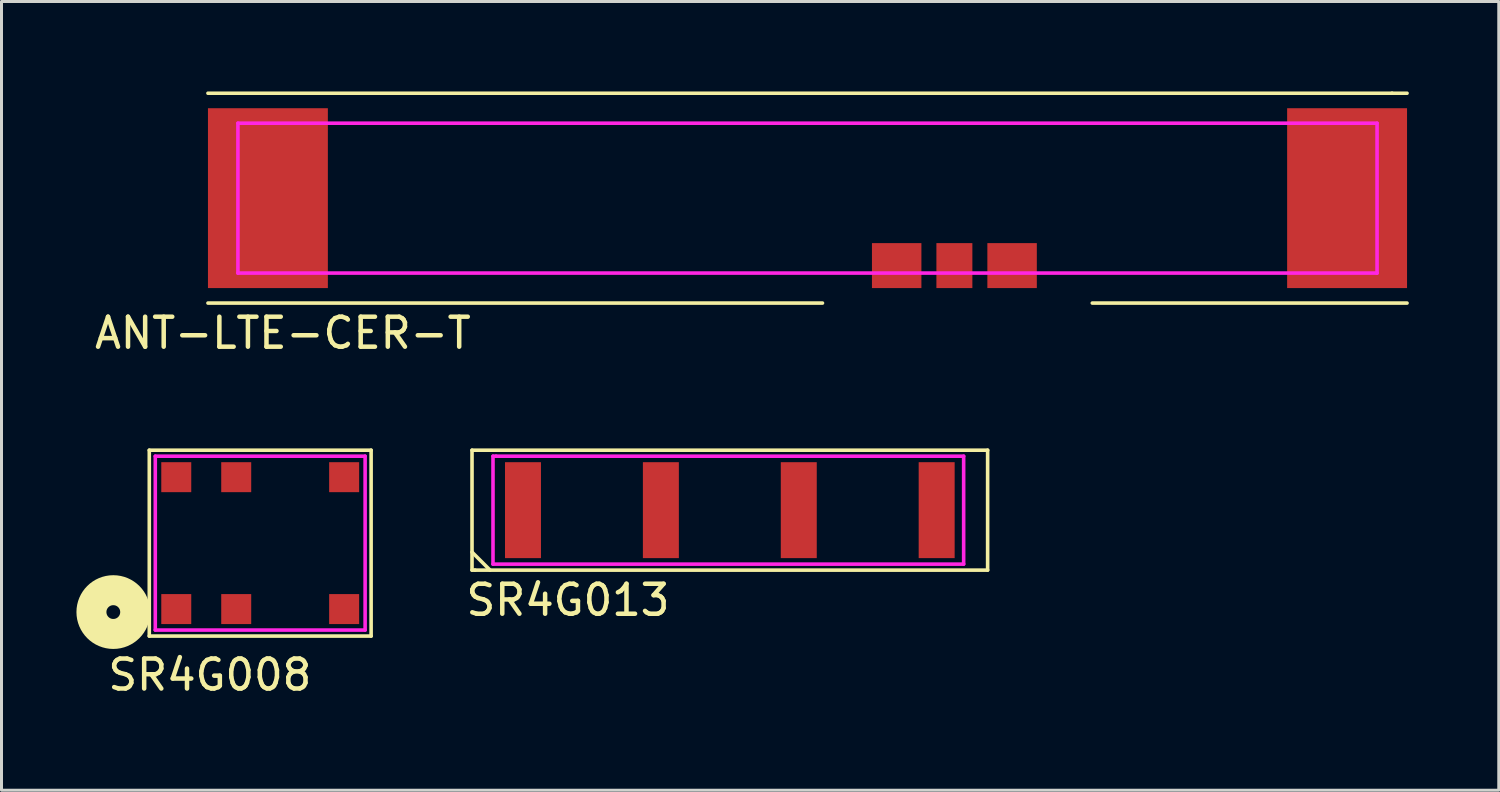
<source format=kicad_pcb>
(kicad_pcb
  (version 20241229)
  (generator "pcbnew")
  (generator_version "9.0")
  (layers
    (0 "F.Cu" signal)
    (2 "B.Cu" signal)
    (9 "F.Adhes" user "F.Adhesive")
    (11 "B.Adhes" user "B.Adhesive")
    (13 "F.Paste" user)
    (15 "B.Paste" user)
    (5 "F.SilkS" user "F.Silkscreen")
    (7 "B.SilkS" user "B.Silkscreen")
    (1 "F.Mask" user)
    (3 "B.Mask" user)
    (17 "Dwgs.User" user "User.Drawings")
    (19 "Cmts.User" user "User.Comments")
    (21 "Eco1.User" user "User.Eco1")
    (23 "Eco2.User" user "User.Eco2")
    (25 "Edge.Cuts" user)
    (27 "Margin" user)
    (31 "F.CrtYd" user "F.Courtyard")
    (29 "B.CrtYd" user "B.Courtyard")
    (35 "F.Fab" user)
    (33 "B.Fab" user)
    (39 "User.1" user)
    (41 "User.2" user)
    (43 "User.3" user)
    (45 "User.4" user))
  (footprint "SR4G013"
    (layer "F.Cu")
    (at 14.396 13.968)
    (property "Reference" "SR4G013" (at 1.5 3 0) (layer "F.SilkS") (effects (font (size 1 1) (thickness 0.15))))
    (attr through_hole)
    (fp_line (start -1.7 -2) (end -1.7 2) (stroke (width 0.12) (type solid)) (layer "F.SilkS"))
    (fp_line (start -1.7 1.4) (end -1.1 2) (stroke (width 0.12) (type solid)) (layer "F.SilkS"))
    (fp_line (start -1.7 2) (end -1.6 2) (stroke (width 0.12) (type solid)) (layer "F.SilkS"))
    (fp_line (start -1.6 2) (end 15.5 2) (stroke (width 0.12) (type solid)) (layer "F.SilkS"))
    (fp_line (start 15.5 -2) (end -1.7 -2) (stroke (width 0.12) (type solid)) (layer "F.SilkS"))
    (fp_line (start 15.5 2) (end 15.5 -2) (stroke (width 0.12) (type solid)) (layer "F.SilkS"))
    (fp_line (start -1 -1.8) (end -1 1.8) (stroke (width 0.12) (type solid)) (layer "F.CrtYd"))
    (fp_line (start -1 -1.8) (end -0.9 -1.8) (stroke (width 0.12) (type solid)) (layer "F.CrtYd"))
    (fp_line (start -1 1.8) (end 14.7 1.8) (stroke (width 0.12) (type solid)) (layer "F.CrtYd"))
    (fp_line (start 14.7 -1.8) (end -0.9 -1.8) (stroke (width 0.12) (type solid)) (layer "F.CrtYd"))
    (fp_line (start 14.7 1.8) (end 14.7 -1.8) (stroke (width 0.12) (type solid)) (layer "F.CrtYd"))
    (pad "1" smd rect (at 0 0) (size 1.2 3.2) (layers "F.Cu" "F.Mask" "F.Paste"))
    (pad "2" smd rect (at 4.6 0) (size 1.2 3.2) (layers "F.Cu" "F.Mask" "F.Paste"))
    (pad "3" smd rect (at 9.2 0) (size 1.2 3.2) (layers "F.Cu" "F.Mask" "F.Paste"))
    (pad "4" smd rect (at 13.8 0) (size 1.2 3.2) (layers "F.Cu" "F.Mask" "F.Paste")))
  (footprint "SR4G008"
    (layer "F.Cu")
    (at 2.83 17.268)
    (property "Reference" "SR4G008" (at 1.12 2.195 0) (layer "F.SilkS") (effects (font (size 1 1) (thickness 0.15))))
    (attr through_hole)
    (fp_line (start -0.9 -5.3) (end -0.9 0.9) (stroke (width 0.12) (type solid)) (layer "F.SilkS"))
    (fp_line (start -0.9 0.9) (end 6.5 0.9) (stroke (width 0.12) (type solid)) (layer "F.SilkS"))
    (fp_line (start 6.5 -5.3) (end -0.9 -5.3) (stroke (width 0.12) (type solid)) (layer "F.SilkS"))
    (fp_line (start 6.5 0.9) (end 6.5 -5.3) (stroke (width 0.12) (type solid)) (layer "F.SilkS"))
    (fp_circle (center -2.1 0.1) (end -1.87 0.1) (stroke (width 1) (type solid)) (fill no) (layer "F.SilkS"))
    (fp_line (start -0.7 -5.1) (end -0.7 0.7) (stroke (width 0.12) (type solid)) (layer "F.CrtYd"))
    (fp_line (start -0.7 0.7) (end 6.3 0.7) (stroke (width 0.12) (type solid)) (layer "F.CrtYd"))
    (fp_line (start 6.3 -5.1) (end -0.7 -5.1) (stroke (width 0.12) (type solid)) (layer "F.CrtYd"))
    (fp_line (start 6.3 0.7) (end 6.3 -5.1) (stroke (width 0.12) (type solid)) (layer "F.CrtYd"))
    (pad "1" smd rect (at 0 0) (size 1 1) (layers "F.Cu" "F.Mask" "F.Paste"))
    (pad "2" smd rect (at 2 0) (size 1 1) (layers "F.Cu" "F.Mask" "F.Paste"))
    (pad "3" smd rect (at 5.6 0) (size 1 1) (layers "F.Cu" "F.Mask" "F.Paste"))
    (pad "4" smd rect (at 5.6 -4.4) (size 1 1) (layers "F.Cu" "F.Mask" "F.Paste"))
    (pad "5" smd rect (at 2 -4.4) (size 1 1) (layers "F.Cu" "F.Mask" "F.Paste"))
    (pad "6" smd rect (at 0 -4.4) (size 1 1) (layers "F.Cu" "F.Mask" "F.Paste")))
  (footprint "ANT-LTE-CER-T"
    (layer "F.Cu")
    (at 1.387 6.56)
    (property "Reference" "ANT-LTE-CER-T" (at 5 1.5 0) (layer "F.SilkS") (effects (font (size 1 1) (thickness 0.15))))
    (attr through_hole)
    (fp_line (start 2.5 -6.5) (end 42 -6.5) (stroke (width 0.12) (type solid)) (layer "F.SilkS"))
    (fp_line (start 23 0.5) (end 2.5 0.5) (stroke (width 0.12) (type solid)) (layer "F.SilkS"))
    (fp_line (start 42 -6.5) (end 42.5 -6.5) (stroke (width 0.12) (type solid)) (layer "F.SilkS"))
    (fp_line (start 42.5 0.5) (end 32 0.5) (stroke (width 0.12) (type solid)) (layer "F.SilkS"))
    (fp_line (start 3.5 -5.5) (end 3.5 -0.5) (stroke (width 0.12) (type solid)) (layer "F.CrtYd"))
    (fp_line (start 3.5 -0.5) (end 41.5 -0.5) (stroke (width 0.12) (type solid)) (layer "F.CrtYd"))
    (fp_line (start 41.5 -5.5) (end 3.5 -5.5) (stroke (width 0.12) (type solid)) (layer "F.CrtYd"))
    (fp_line (start 41.5 -0.5) (end 41.5 -5.5) (stroke (width 0.12) (type solid)) (layer "F.CrtYd"))
    (pad "1" smd rect (at 25.475 -0.75) (size 1.65 1.5) (layers "F.Cu" "F.Mask" "F.Paste"))
    (pad "2" smd rect (at 27.4 -0.75) (size 1.2 1.5) (layers "F.Cu" "F.Mask" "F.Paste"))
    (pad "3" smd rect (at 29.325 -0.75) (size 1.65 1.5) (layers "F.Cu" "F.Mask" "F.Paste"))
    (pad "4" smd rect (at 4.5 -3) (size 4 6) (layers "F.Cu" "F.Mask" "F.Paste"))
    (pad "5" smd rect (at 40.5 -3) (size 4 6) (layers "F.Cu" "F.Mask" "F.Paste")))
  (gr_rect
    (start -3 -3)
    (end 46.947 23.311)
    (stroke (width 0.1) (type default))
    (fill no)
    (layer "Edge.Cuts")))
</source>
